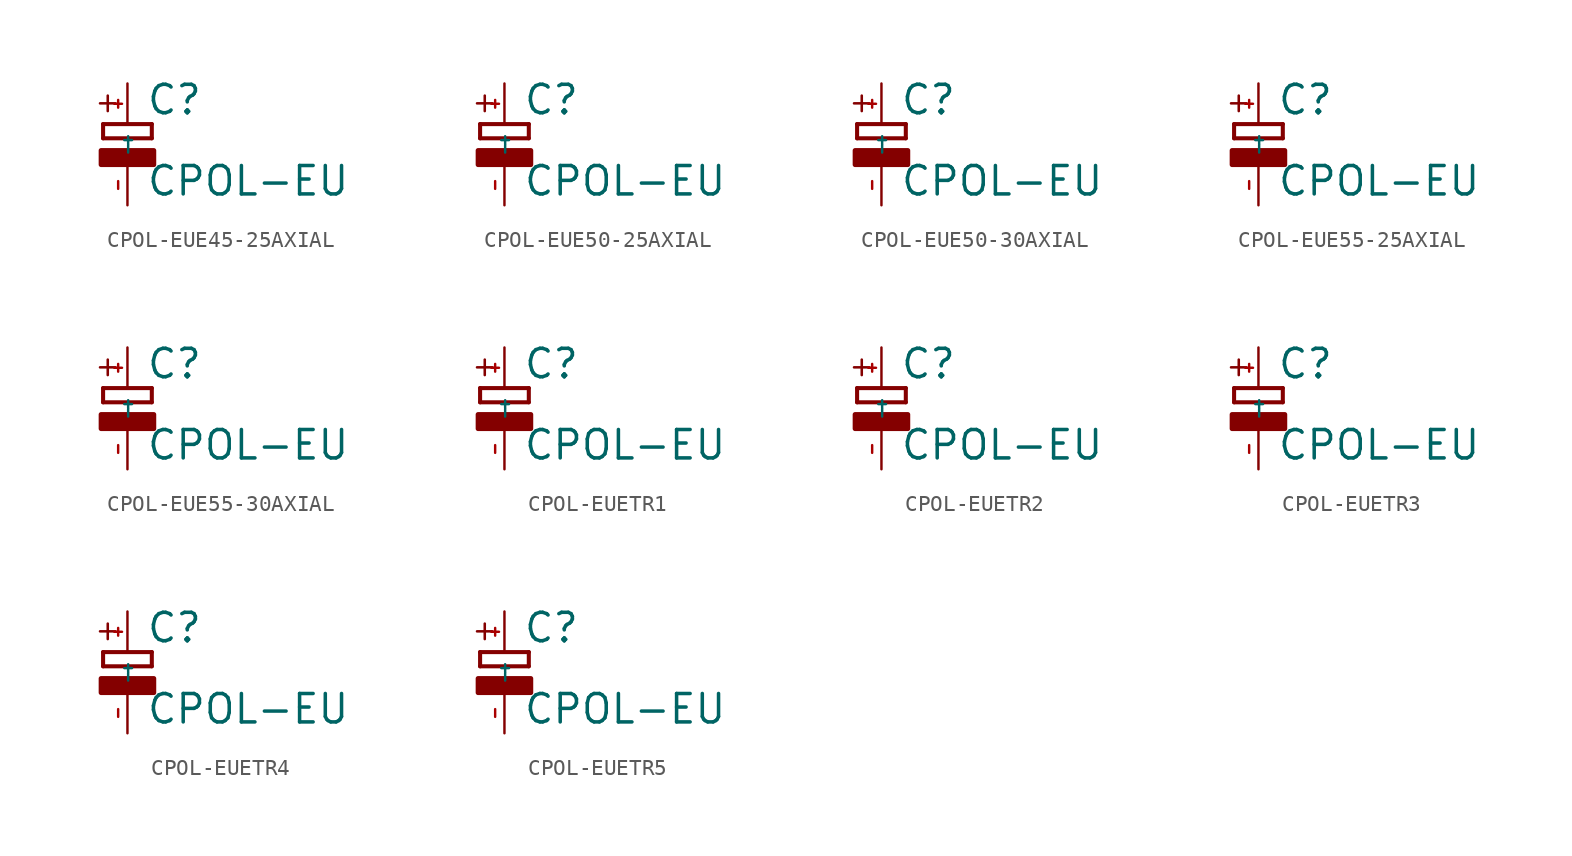
<source format=kicad_sym>
(kicad_symbol_lib
  (version 20220914)
  (generator Eagle2Kicad)
  (symbol "CPOL-EUE45-25AXIAL"
    (property "Reference" "C"
      (at 1.143 0.483 0)
      (effects (font (size 1.778 1.778) (thickness 0.22)) (justify left bottom)))
    (property "Value" "CPOL-EU"
      (at 1.143 -4.597 0)
      (effects (font (size 1.778 1.778) (thickness 0.22)) (justify left bottom)))
    (polyline
      (pts (xy -1.524 -0.889) (xy 1.524 -0.889))
      (stroke (width 0.254) (type default))
      (fill (type none)))
    (polyline
      (pts (xy 1.524 -0.889) (xy 1.524 0))
      (stroke (width 0.254) (type default))
      (fill (type none)))
    (polyline
      (pts (xy -1.524 0) (xy -1.524 -0.889))
      (stroke (width 0.254) (type default))
      (fill (type none)))
    (polyline
      (pts (xy -1.524 0) (xy 1.524 0))
      (stroke (width 0.254) (type default))
      (fill (type none)))
    (text "+"
      (at -0.584 0.406 900)
      (effects (font (size 1.27 1.27) (thickness 0.16)) (justify left bottom)))
    (rectangle
      (start -1.651 -2.54)
      (end 1.651 -1.651)
      (stroke (width 0.3) (type default))
      (fill (type outline)))
    (pin passive line
      (at 0 -5.08 90)
      (length 2.54)
      (name "-" (effects (font (size 0.635 0.635) (thickness 0.08)) (justify left bottom)))
      (number "-" (effects (font (size 0.635 0.635) (thickness 0.08)) (justify left bottom))))
    (pin passive line
      (at 0 2.54 270)
      (length 2.54)
      (name "+" (effects (font (size 0.635 0.635) (thickness 0.08)) (justify left bottom)))
      (number "+" (effects (font (size 0.635 0.635) (thickness 0.08)) (justify left bottom)))))
  (symbol "CPOL-EUE50-25AXIAL"
    (property "Reference" "C"
      (at 1.143 0.483 0)
      (effects (font (size 1.778 1.778) (thickness 0.22)) (justify left bottom)))
    (property "Value" "CPOL-EU"
      (at 1.143 -4.597 0)
      (effects (font (size 1.778 1.778) (thickness 0.22)) (justify left bottom)))
    (polyline
      (pts (xy -1.524 -0.889) (xy 1.524 -0.889))
      (stroke (width 0.254) (type default))
      (fill (type none)))
    (polyline
      (pts (xy 1.524 -0.889) (xy 1.524 0))
      (stroke (width 0.254) (type default))
      (fill (type none)))
    (polyline
      (pts (xy -1.524 0) (xy -1.524 -0.889))
      (stroke (width 0.254) (type default))
      (fill (type none)))
    (polyline
      (pts (xy -1.524 0) (xy 1.524 0))
      (stroke (width 0.254) (type default))
      (fill (type none)))
    (text "+"
      (at -0.584 0.406 900)
      (effects (font (size 1.27 1.27) (thickness 0.16)) (justify left bottom)))
    (rectangle
      (start -1.651 -2.54)
      (end 1.651 -1.651)
      (stroke (width 0.3) (type default))
      (fill (type outline)))
    (pin passive line
      (at 0 -5.08 90)
      (length 2.54)
      (name "-" (effects (font (size 0.635 0.635) (thickness 0.08)) (justify left bottom)))
      (number "-" (effects (font (size 0.635 0.635) (thickness 0.08)) (justify left bottom))))
    (pin passive line
      (at 0 2.54 270)
      (length 2.54)
      (name "+" (effects (font (size 0.635 0.635) (thickness 0.08)) (justify left bottom)))
      (number "+" (effects (font (size 0.635 0.635) (thickness 0.08)) (justify left bottom)))))
  (symbol "CPOL-EUE50-30AXIAL"
    (property "Reference" "C"
      (at 1.143 0.483 0)
      (effects (font (size 1.778 1.778) (thickness 0.22)) (justify left bottom)))
    (property "Value" "CPOL-EU"
      (at 1.143 -4.597 0)
      (effects (font (size 1.778 1.778) (thickness 0.22)) (justify left bottom)))
    (polyline
      (pts (xy -1.524 -0.889) (xy 1.524 -0.889))
      (stroke (width 0.254) (type default))
      (fill (type none)))
    (polyline
      (pts (xy 1.524 -0.889) (xy 1.524 0))
      (stroke (width 0.254) (type default))
      (fill (type none)))
    (polyline
      (pts (xy -1.524 0) (xy -1.524 -0.889))
      (stroke (width 0.254) (type default))
      (fill (type none)))
    (polyline
      (pts (xy -1.524 0) (xy 1.524 0))
      (stroke (width 0.254) (type default))
      (fill (type none)))
    (text "+"
      (at -0.584 0.406 900)
      (effects (font (size 1.27 1.27) (thickness 0.16)) (justify left bottom)))
    (rectangle
      (start -1.651 -2.54)
      (end 1.651 -1.651)
      (stroke (width 0.3) (type default))
      (fill (type outline)))
    (pin passive line
      (at 0 -5.08 90)
      (length 2.54)
      (name "-" (effects (font (size 0.635 0.635) (thickness 0.08)) (justify left bottom)))
      (number "-" (effects (font (size 0.635 0.635) (thickness 0.08)) (justify left bottom))))
    (pin passive line
      (at 0 2.54 270)
      (length 2.54)
      (name "+" (effects (font (size 0.635 0.635) (thickness 0.08)) (justify left bottom)))
      (number "+" (effects (font (size 0.635 0.635) (thickness 0.08)) (justify left bottom)))))
  (symbol "CPOL-EUE55-25AXIAL"
    (property "Reference" "C"
      (at 1.143 0.483 0)
      (effects (font (size 1.778 1.778) (thickness 0.22)) (justify left bottom)))
    (property "Value" "CPOL-EU"
      (at 1.143 -4.597 0)
      (effects (font (size 1.778 1.778) (thickness 0.22)) (justify left bottom)))
    (polyline
      (pts (xy -1.524 -0.889) (xy 1.524 -0.889))
      (stroke (width 0.254) (type default))
      (fill (type none)))
    (polyline
      (pts (xy 1.524 -0.889) (xy 1.524 0))
      (stroke (width 0.254) (type default))
      (fill (type none)))
    (polyline
      (pts (xy -1.524 0) (xy -1.524 -0.889))
      (stroke (width 0.254) (type default))
      (fill (type none)))
    (polyline
      (pts (xy -1.524 0) (xy 1.524 0))
      (stroke (width 0.254) (type default))
      (fill (type none)))
    (text "+"
      (at -0.584 0.406 900)
      (effects (font (size 1.27 1.27) (thickness 0.16)) (justify left bottom)))
    (rectangle
      (start -1.651 -2.54)
      (end 1.651 -1.651)
      (stroke (width 0.3) (type default))
      (fill (type outline)))
    (pin passive line
      (at 0 -5.08 90)
      (length 2.54)
      (name "-" (effects (font (size 0.635 0.635) (thickness 0.08)) (justify left bottom)))
      (number "-" (effects (font (size 0.635 0.635) (thickness 0.08)) (justify left bottom))))
    (pin passive line
      (at 0 2.54 270)
      (length 2.54)
      (name "+" (effects (font (size 0.635 0.635) (thickness 0.08)) (justify left bottom)))
      (number "+" (effects (font (size 0.635 0.635) (thickness 0.08)) (justify left bottom)))))
  (symbol "CPOL-EUE55-30AXIAL"
    (property "Reference" "C"
      (at 1.143 0.483 0)
      (effects (font (size 1.778 1.778) (thickness 0.22)) (justify left bottom)))
    (property "Value" "CPOL-EU"
      (at 1.143 -4.597 0)
      (effects (font (size 1.778 1.778) (thickness 0.22)) (justify left bottom)))
    (polyline
      (pts (xy -1.524 -0.889) (xy 1.524 -0.889))
      (stroke (width 0.254) (type default))
      (fill (type none)))
    (polyline
      (pts (xy 1.524 -0.889) (xy 1.524 0))
      (stroke (width 0.254) (type default))
      (fill (type none)))
    (polyline
      (pts (xy -1.524 0) (xy -1.524 -0.889))
      (stroke (width 0.254) (type default))
      (fill (type none)))
    (polyline
      (pts (xy -1.524 0) (xy 1.524 0))
      (stroke (width 0.254) (type default))
      (fill (type none)))
    (text "+"
      (at -0.584 0.406 900)
      (effects (font (size 1.27 1.27) (thickness 0.16)) (justify left bottom)))
    (rectangle
      (start -1.651 -2.54)
      (end 1.651 -1.651)
      (stroke (width 0.3) (type default))
      (fill (type outline)))
    (pin passive line
      (at 0 -5.08 90)
      (length 2.54)
      (name "-" (effects (font (size 0.635 0.635) (thickness 0.08)) (justify left bottom)))
      (number "-" (effects (font (size 0.635 0.635) (thickness 0.08)) (justify left bottom))))
    (pin passive line
      (at 0 2.54 270)
      (length 2.54)
      (name "+" (effects (font (size 0.635 0.635) (thickness 0.08)) (justify left bottom)))
      (number "+" (effects (font (size 0.635 0.635) (thickness 0.08)) (justify left bottom)))))
  (symbol "CPOL-EUETR1"
    (property "Reference" "C"
      (at 1.143 0.483 0)
      (effects (font (size 1.778 1.778) (thickness 0.22)) (justify left bottom)))
    (property "Value" "CPOL-EU"
      (at 1.143 -4.597 0)
      (effects (font (size 1.778 1.778) (thickness 0.22)) (justify left bottom)))
    (polyline
      (pts (xy -1.524 -0.889) (xy 1.524 -0.889))
      (stroke (width 0.254) (type default))
      (fill (type none)))
    (polyline
      (pts (xy 1.524 -0.889) (xy 1.524 0))
      (stroke (width 0.254) (type default))
      (fill (type none)))
    (polyline
      (pts (xy -1.524 0) (xy -1.524 -0.889))
      (stroke (width 0.254) (type default))
      (fill (type none)))
    (polyline
      (pts (xy -1.524 0) (xy 1.524 0))
      (stroke (width 0.254) (type default))
      (fill (type none)))
    (text "+"
      (at -0.584 0.406 900)
      (effects (font (size 1.27 1.27) (thickness 0.16)) (justify left bottom)))
    (rectangle
      (start -1.651 -2.54)
      (end 1.651 -1.651)
      (stroke (width 0.3) (type default))
      (fill (type outline)))
    (pin passive line
      (at 0 -5.08 90)
      (length 2.54)
      (name "-" (effects (font (size 0.635 0.635) (thickness 0.08)) (justify left bottom)))
      (number "-" (effects (font (size 0.635 0.635) (thickness 0.08)) (justify left bottom))))
    (pin passive line
      (at 0 2.54 270)
      (length 2.54)
      (name "+" (effects (font (size 0.635 0.635) (thickness 0.08)) (justify left bottom)))
      (number "+" (effects (font (size 0.635 0.635) (thickness 0.08)) (justify left bottom)))))
  (symbol "CPOL-EUETR2"
    (property "Reference" "C"
      (at 1.143 0.483 0)
      (effects (font (size 1.778 1.778) (thickness 0.22)) (justify left bottom)))
    (property "Value" "CPOL-EU"
      (at 1.143 -4.597 0)
      (effects (font (size 1.778 1.778) (thickness 0.22)) (justify left bottom)))
    (polyline
      (pts (xy -1.524 -0.889) (xy 1.524 -0.889))
      (stroke (width 0.254) (type default))
      (fill (type none)))
    (polyline
      (pts (xy 1.524 -0.889) (xy 1.524 0))
      (stroke (width 0.254) (type default))
      (fill (type none)))
    (polyline
      (pts (xy -1.524 0) (xy -1.524 -0.889))
      (stroke (width 0.254) (type default))
      (fill (type none)))
    (polyline
      (pts (xy -1.524 0) (xy 1.524 0))
      (stroke (width 0.254) (type default))
      (fill (type none)))
    (text "+"
      (at -0.584 0.406 900)
      (effects (font (size 1.27 1.27) (thickness 0.16)) (justify left bottom)))
    (rectangle
      (start -1.651 -2.54)
      (end 1.651 -1.651)
      (stroke (width 0.3) (type default))
      (fill (type outline)))
    (pin passive line
      (at 0 -5.08 90)
      (length 2.54)
      (name "-" (effects (font (size 0.635 0.635) (thickness 0.08)) (justify left bottom)))
      (number "-" (effects (font (size 0.635 0.635) (thickness 0.08)) (justify left bottom))))
    (pin passive line
      (at 0 2.54 270)
      (length 2.54)
      (name "+" (effects (font (size 0.635 0.635) (thickness 0.08)) (justify left bottom)))
      (number "+" (effects (font (size 0.635 0.635) (thickness 0.08)) (justify left bottom)))))
  (symbol "CPOL-EUETR3"
    (property "Reference" "C"
      (at 1.143 0.483 0)
      (effects (font (size 1.778 1.778) (thickness 0.22)) (justify left bottom)))
    (property "Value" "CPOL-EU"
      (at 1.143 -4.597 0)
      (effects (font (size 1.778 1.778) (thickness 0.22)) (justify left bottom)))
    (polyline
      (pts (xy -1.524 -0.889) (xy 1.524 -0.889))
      (stroke (width 0.254) (type default))
      (fill (type none)))
    (polyline
      (pts (xy 1.524 -0.889) (xy 1.524 0))
      (stroke (width 0.254) (type default))
      (fill (type none)))
    (polyline
      (pts (xy -1.524 0) (xy -1.524 -0.889))
      (stroke (width 0.254) (type default))
      (fill (type none)))
    (polyline
      (pts (xy -1.524 0) (xy 1.524 0))
      (stroke (width 0.254) (type default))
      (fill (type none)))
    (text "+"
      (at -0.584 0.406 900)
      (effects (font (size 1.27 1.27) (thickness 0.16)) (justify left bottom)))
    (rectangle
      (start -1.651 -2.54)
      (end 1.651 -1.651)
      (stroke (width 0.3) (type default))
      (fill (type outline)))
    (pin passive line
      (at 0 -5.08 90)
      (length 2.54)
      (name "-" (effects (font (size 0.635 0.635) (thickness 0.08)) (justify left bottom)))
      (number "-" (effects (font (size 0.635 0.635) (thickness 0.08)) (justify left bottom))))
    (pin passive line
      (at 0 2.54 270)
      (length 2.54)
      (name "+" (effects (font (size 0.635 0.635) (thickness 0.08)) (justify left bottom)))
      (number "+" (effects (font (size 0.635 0.635) (thickness 0.08)) (justify left bottom)))))
  (symbol "CPOL-EUETR4"
    (property "Reference" "C"
      (at 1.143 0.483 0)
      (effects (font (size 1.778 1.778) (thickness 0.22)) (justify left bottom)))
    (property "Value" "CPOL-EU"
      (at 1.143 -4.597 0)
      (effects (font (size 1.778 1.778) (thickness 0.22)) (justify left bottom)))
    (polyline
      (pts (xy -1.524 -0.889) (xy 1.524 -0.889))
      (stroke (width 0.254) (type default))
      (fill (type none)))
    (polyline
      (pts (xy 1.524 -0.889) (xy 1.524 0))
      (stroke (width 0.254) (type default))
      (fill (type none)))
    (polyline
      (pts (xy -1.524 0) (xy -1.524 -0.889))
      (stroke (width 0.254) (type default))
      (fill (type none)))
    (polyline
      (pts (xy -1.524 0) (xy 1.524 0))
      (stroke (width 0.254) (type default))
      (fill (type none)))
    (text "+"
      (at -0.584 0.406 900)
      (effects (font (size 1.27 1.27) (thickness 0.16)) (justify left bottom)))
    (rectangle
      (start -1.651 -2.54)
      (end 1.651 -1.651)
      (stroke (width 0.3) (type default))
      (fill (type outline)))
    (pin passive line
      (at 0 -5.08 90)
      (length 2.54)
      (name "-" (effects (font (size 0.635 0.635) (thickness 0.08)) (justify left bottom)))
      (number "-" (effects (font (size 0.635 0.635) (thickness 0.08)) (justify left bottom))))
    (pin passive line
      (at 0 2.54 270)
      (length 2.54)
      (name "+" (effects (font (size 0.635 0.635) (thickness 0.08)) (justify left bottom)))
      (number "+" (effects (font (size 0.635 0.635) (thickness 0.08)) (justify left bottom)))))
  (symbol "CPOL-EUETR5"
    (property "Reference" "C"
      (at 1.143 0.483 0)
      (effects (font (size 1.778 1.778) (thickness 0.22)) (justify left bottom)))
    (property "Value" "CPOL-EU"
      (at 1.143 -4.597 0)
      (effects (font (size 1.778 1.778) (thickness 0.22)) (justify left bottom)))
    (polyline
      (pts (xy -1.524 -0.889) (xy 1.524 -0.889))
      (stroke (width 0.254) (type default))
      (fill (type none)))
    (polyline
      (pts (xy 1.524 -0.889) (xy 1.524 0))
      (stroke (width 0.254) (type default))
      (fill (type none)))
    (polyline
      (pts (xy -1.524 0) (xy -1.524 -0.889))
      (stroke (width 0.254) (type default))
      (fill (type none)))
    (polyline
      (pts (xy -1.524 0) (xy 1.524 0))
      (stroke (width 0.254) (type default))
      (fill (type none)))
    (text "+"
      (at -0.584 0.406 900)
      (effects (font (size 1.27 1.27) (thickness 0.16)) (justify left bottom)))
    (rectangle
      (start -1.651 -2.54)
      (end 1.651 -1.651)
      (stroke (width 0.3) (type default))
      (fill (type outline)))
    (pin passive line
      (at 0 -5.08 90)
      (length 2.54)
      (name "-" (effects (font (size 0.635 0.635) (thickness 0.08)) (justify left bottom)))
      (number "-" (effects (font (size 0.635 0.635) (thickness 0.08)) (justify left bottom))))
    (pin passive line
      (at 0 2.54 270)
      (length 2.54)
      (name "+" (effects (font (size 0.635 0.635) (thickness 0.08)) (justify left bottom)))
      (number "+" (effects (font (size 0.635 0.635) (thickness 0.08)) (justify left bottom))))))
</source>
